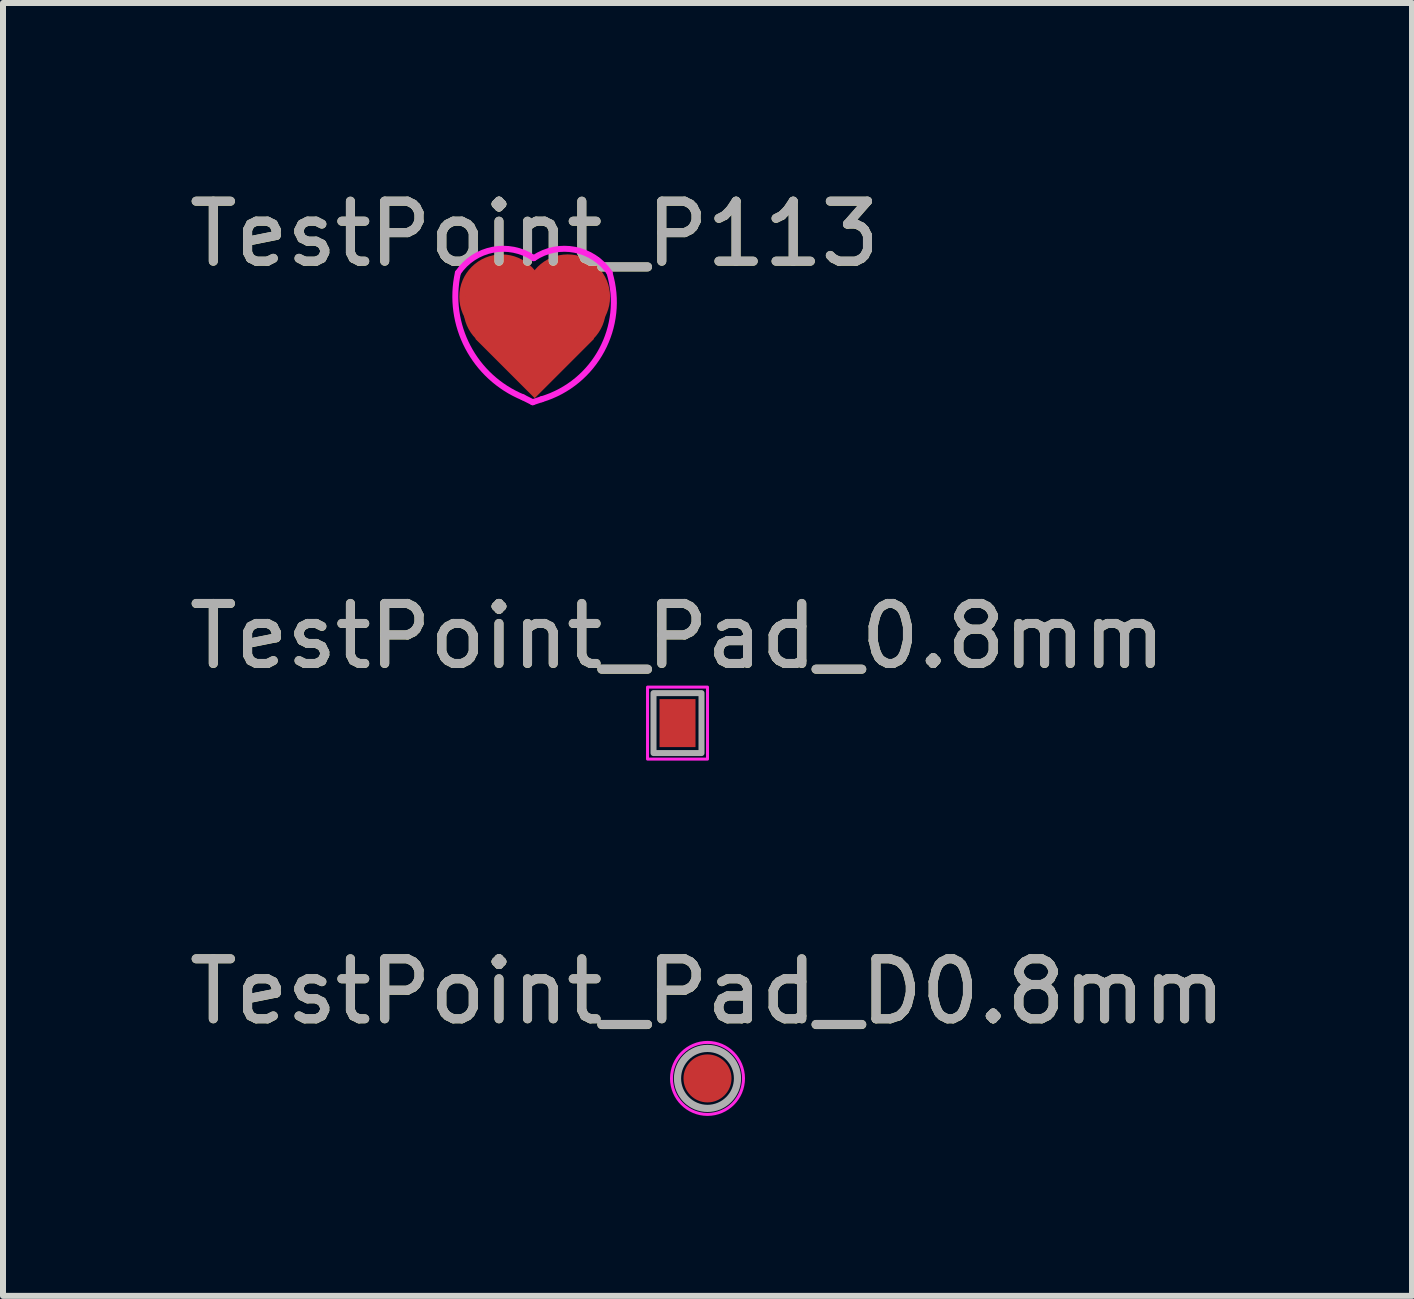
<source format=kicad_pcb>
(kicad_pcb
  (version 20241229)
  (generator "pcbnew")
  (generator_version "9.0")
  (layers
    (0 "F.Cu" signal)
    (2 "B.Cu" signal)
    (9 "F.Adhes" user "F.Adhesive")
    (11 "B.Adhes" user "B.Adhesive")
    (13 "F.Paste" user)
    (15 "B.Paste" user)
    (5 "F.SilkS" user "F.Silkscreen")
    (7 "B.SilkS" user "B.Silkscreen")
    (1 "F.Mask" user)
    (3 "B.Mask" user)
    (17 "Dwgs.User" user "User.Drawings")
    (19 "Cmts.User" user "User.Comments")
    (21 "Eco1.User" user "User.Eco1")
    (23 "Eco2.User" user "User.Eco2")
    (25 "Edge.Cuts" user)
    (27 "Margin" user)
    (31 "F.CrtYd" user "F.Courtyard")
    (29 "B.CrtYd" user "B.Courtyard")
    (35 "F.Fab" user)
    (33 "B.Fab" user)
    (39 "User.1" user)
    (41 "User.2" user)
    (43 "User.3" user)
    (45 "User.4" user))
  (footprint "TestPoint_Pad_0.8mm"
    (layer "F.Cu")
    (at 8.244 9.004)
    (property "Reference" "TestPoint_Pad_0.8mm" (at 0 -1.448 0) (layer "F.SilkS") (effects (font (size 1 1) (thickness 0.15))))
    (attr exclude_from_pos_files exclude_from_bom)
    (fp_rect (start -0.5 -0.6) (end 0.5 0.6) (stroke (width 0.05) (type default)) (fill no) (layer "F.CrtYd"))
    (fp_rect (start -0.4 -0.5) (end 0.4 0.5) (stroke (width 0.1) (type default)) (fill no) (layer "F.Fab"))
    (fp_text user "${REFERENCE}" (at 0 -1.45 0) (layer "F.Fab") (effects (font (size 1 1) (thickness 0.15))))
    (pad "1" smd rect (at 0 0) (size 0.6 0.8) (layers "F.Cu" "F.Mask")))
  (footprint "TestPoint_P113"
    (layer "F.Cu")
    (at 5.863 2.298)
    (property "Reference" "TestPoint_P113" (at 0 -1.448 0) (layer "F.SilkS") (effects (font (size 1 1) (thickness 0.15))))
    (attr exclude_from_pos_files exclude_from_bom)
    (fp_line (start -0.033 1.357) (end -0.196 1.275) (stroke (width 0.1) (type default)) (layer "F.CrtYd"))
    (fp_line (start 0.117 1.307) (end -0.033 1.357) (stroke (width 0.1) (type default)) (layer "F.CrtYd"))
    (fp_arc (start -1.279906 -0.799612) (mid -0.698151 -1.184153) (end -0.014876 -1.044702) (stroke (width 0.1) (type default)) (layer "F.CrtYd"))
    (fp_arc (start -0.195979 1.275081) (mid -1.115505 0.434993) (end -1.279906 -0.799612) (stroke (width 0.1) (type default)) (layer "F.CrtYd"))
    (fp_arc (start -0.014876 -1.044702) (mid 0.668399 -1.184153) (end 1.250154 -0.799612) (stroke (width 0.1) (type default)) (layer "F.CrtYd"))
    (fp_arc (start 1.247593 -0.799612) (mid 1.118379 0.487988) (end 0.11654 1.307089) (stroke (width 0.1) (type default)) (layer "F.CrtYd"))
    (fp_text user "${REFERENCE}" (at 0 -1.45 0) (layer "F.Fab") (effects (font (size 1 1) (thickness 0.15))))
    (pad "1" smd circle (at -0.55 -0.4) (size 1.414 1.414) (layers "F.Cu" "F.Mask"))
    (pad "1" smd circle (at -0.48 -0.2) (size 1.414 1.414) (layers "F.Cu" "F.Mask"))
    (pad "1" smd rect (at 0 0.3 45) (size 1.4 1.4) (layers "F.Cu" "F.Mask"))
    (pad "1" smd circle (at 0.48 -0.2) (size 1.414 1.414) (layers "F.Cu" "F.Mask"))
    (pad "1" smd circle (at 0.55 -0.4) (size 1.414 1.414) (layers "F.Cu" "F.Mask")))
  (footprint "TestPoint_Pad_D0.8mm"
    (layer "F.Cu")
    (at 8.744 14.927)
    (property "Reference" "TestPoint_Pad_D0.8mm" (at 0 -1.448 0) (layer "F.SilkS") (effects (font (size 1 1) (thickness 0.15))))
    (attr exclude_from_pos_files exclude_from_bom)
    (fp_circle (center 0 0) (end 0.6 0) (stroke (width 0.05) (type solid)) (fill no) (layer "F.CrtYd"))
    (fp_circle (center 0 0) (end 0.5 0) (stroke (width 0.12) (type solid)) (fill no) (layer "F.Fab"))
    (fp_text user "${REFERENCE}" (at 0 -1.45 0) (layer "F.Fab") (effects (font (size 1 1) (thickness 0.15))))
    (pad "1" smd circle (at 0 0) (size 0.8 0.8) (layers "F.Cu" "F.Mask")))
  (gr_rect
    (start -3 -3)
    (end 20.488 18.552)
    (stroke (width 0.1) (type default))
    (fill no)
    (layer "Edge.Cuts")))
</source>
